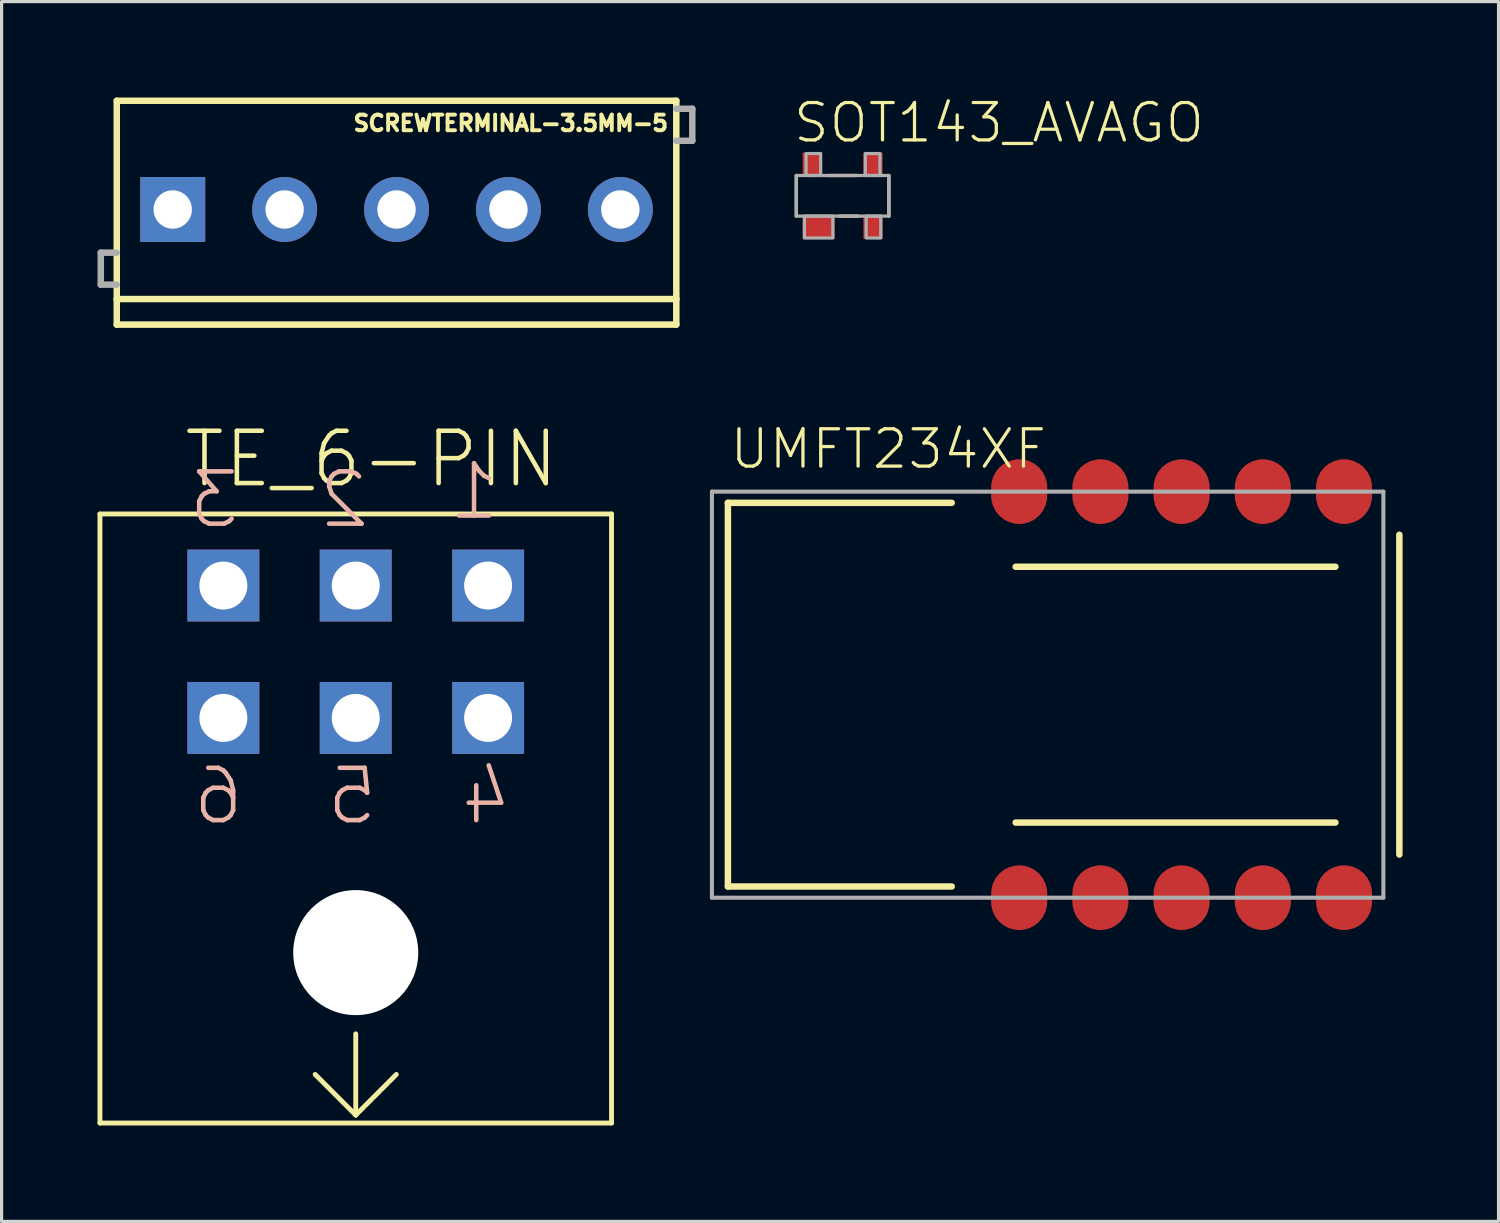
<source format=kicad_pcb>
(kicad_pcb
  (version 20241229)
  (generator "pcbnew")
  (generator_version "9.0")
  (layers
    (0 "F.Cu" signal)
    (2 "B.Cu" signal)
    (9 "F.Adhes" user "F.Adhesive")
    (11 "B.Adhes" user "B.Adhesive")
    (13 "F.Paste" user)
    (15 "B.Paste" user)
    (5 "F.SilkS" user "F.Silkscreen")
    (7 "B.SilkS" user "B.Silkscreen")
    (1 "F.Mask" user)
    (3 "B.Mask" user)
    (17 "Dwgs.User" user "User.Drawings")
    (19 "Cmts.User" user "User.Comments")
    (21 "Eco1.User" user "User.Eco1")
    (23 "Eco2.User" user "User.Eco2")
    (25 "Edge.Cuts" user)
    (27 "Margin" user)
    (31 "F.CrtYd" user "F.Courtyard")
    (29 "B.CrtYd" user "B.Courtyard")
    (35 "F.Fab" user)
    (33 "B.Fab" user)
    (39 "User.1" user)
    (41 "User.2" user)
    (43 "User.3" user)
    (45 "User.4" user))
  (footprint "TE_6-PIN"
    (layer "F.Cu")
    (at 8.076 26.744)
    (property "Reference" "TE_6-PIN" (at -5.447 -14.478 0) (layer "F.SilkS") (effects (font (size 1.636 1.636) (thickness 0.142)) (justify left bottom)))
    (fp_line (start -8 -13.72) (end 8 -13.72) (stroke (width 0.152) (type solid)) (layer "F.SilkS"))
    (fp_line (start -8 5.33) (end -8 -13.716) (stroke (width 0.152) (type solid)) (layer "F.SilkS"))
    (fp_line (start -8 5.33) (end 8 5.33) (stroke (width 0.152) (type solid)) (layer "F.SilkS"))
    (fp_line (start 0 5.08) (end -1.27 3.81) (stroke (width 0.152) (type solid)) (layer "F.SilkS"))
    (fp_line (start 0 5.08) (end 0 2.54) (stroke (width 0.152) (type solid)) (layer "F.SilkS"))
    (fp_line (start 0 5.08) (end 1.27 3.81) (stroke (width 0.152) (type solid)) (layer "F.SilkS"))
    (fp_line (start 8 -13.716) (end 8 5.33) (stroke (width 0.152) (type solid)) (layer "F.SilkS"))
    (fp_text user "5" (at 0.762 -3.937 0) (layer "B.SilkS") (effects (font (size 1.636 1.636) (thickness 0.142)) (justify left bottom mirror)))
    (fp_text user "3" (at -3.556 -13.208 0) (layer "B.SilkS") (effects (font (size 1.636 1.636) (thickness 0.142)) (justify left bottom mirror)))
    (fp_text user "4" (at 4.953 -3.937 0) (layer "B.SilkS") (effects (font (size 1.636 1.636) (thickness 0.142)) (justify left bottom mirror)))
    (fp_text user "1" (at 4.572 -13.462 0) (layer "B.SilkS") (effects (font (size 1.636 1.636) (thickness 0.142)) (justify left bottom mirror)))
    (fp_text user "6" (at -3.429 -3.937 0) (layer "B.SilkS") (effects (font (size 1.636 1.636) (thickness 0.142)) (justify left bottom mirror)))
    (fp_text user "2" (at 0.508 -13.208 0) (layer "B.SilkS") (effects (font (size 1.636 1.636) (thickness 0.142)) (justify left bottom mirror)))
    (pad "" np_thru_hole circle (at 0 0) (size 3.91 3.91) (drill 3.91) (layers "*.Cu" "*.Mask"))
    (pad "1" thru_hole rect (at 4.14 -11.48) (size 2.25 2.25) (drill 1.5) (layers "*.Cu" "*.Mask"))
    (pad "2" thru_hole rect (at 0 -11.48) (size 2.25 2.25) (drill 1.5) (layers "*.Cu" "*.Mask"))
    (pad "3" thru_hole rect (at -4.14 -11.48) (size 2.25 2.25) (drill 1.5) (layers "*.Cu" "*.Mask"))
    (pad "4" thru_hole rect (at 4.14 -7.34) (size 2.25 2.25) (drill 1.5) (layers "*.Cu" "*.Mask"))
    (pad "5" thru_hole rect (at 0 -7.34) (size 2.25 2.25) (drill 1.5) (layers "*.Cu" "*.Mask"))
    (pad "6" thru_hole rect (at -4.14 -7.34) (size 2.25 2.25) (drill 1.5) (layers "*.Cu" "*.Mask")))
  (footprint "UMFT234XF"
    (layer "F.Cu")
    (at 29.716 18.676)
    (property "Reference" "UMFT234XF" (at -10 -7 0) (layer "F.SilkS") (effects (font (size 1.168 1.168) (thickness 0.102)) (justify left bottom)))
    (fp_line (start -10 -6) (end -10 6) (stroke (width 0.203) (type solid)) (layer "F.SilkS"))
    (fp_line (start -10 6) (end -3 6) (stroke (width 0.203) (type solid)) (layer "F.SilkS"))
    (fp_line (start -3 -6) (end -10 -6) (stroke (width 0.203) (type solid)) (layer "F.SilkS"))
    (fp_line (start -1 -4) (end 9 -4) (stroke (width 0.203) (type solid)) (layer "F.SilkS"))
    (fp_line (start -1 4) (end 9 4) (stroke (width 0.203) (type solid)) (layer "F.SilkS"))
    (fp_line (start 11 5) (end 11 -5) (stroke (width 0.203) (type solid)) (layer "F.SilkS"))
    (fp_line (start -10.5 -6.35) (end 10.5 -6.35) (stroke (width 0.127) (type solid)) (layer "F.Fab"))
    (fp_line (start -10.5 6.35) (end -10.5 -6.35) (stroke (width 0.127) (type solid)) (layer "F.Fab"))
    (fp_line (start 10.5 -6.35) (end 10.5 6.35) (stroke (width 0.127) (type solid)) (layer "F.Fab"))
    (fp_line (start 10.5 6.35) (end -10.5 6.35) (stroke (width 0.127) (type solid)) (layer "F.Fab"))
    (pad "1" smd roundrect (at -0.89 6.35) (size 1.755 2.025) (layers "F.Cu" "F.Mask" "F.Paste") (roundrect_rratio 0.5))
    (pad "2" smd roundrect (at 1.65 6.35) (size 1.755 2.025) (layers "F.Cu" "F.Mask" "F.Paste") (roundrect_rratio 0.5))
    (pad "3" smd roundrect (at 4.19 6.35) (size 1.755 2.025) (layers "F.Cu" "F.Mask" "F.Paste") (roundrect_rratio 0.5))
    (pad "4" smd roundrect (at 6.73 6.35) (size 1.755 2.025) (layers "F.Cu" "F.Mask" "F.Paste") (roundrect_rratio 0.5))
    (pad "5" smd roundrect (at 9.27 6.35) (size 1.755 2.025) (layers "F.Cu" "F.Mask" "F.Paste") (roundrect_rratio 0.5))
    (pad "6" smd roundrect (at 9.27 -6.35) (size 1.755 2.025) (layers "F.Cu" "F.Mask" "F.Paste") (roundrect_rratio 0.5))
    (pad "7" smd roundrect (at 6.73 -6.35) (size 1.755 2.025) (layers "F.Cu" "F.Mask" "F.Paste") (roundrect_rratio 0.5))
    (pad "8" smd roundrect (at 4.19 -6.35) (size 1.755 2.025) (layers "F.Cu" "F.Mask" "F.Paste") (roundrect_rratio 0.5))
    (pad "9" smd roundrect (at 1.65 -6.35) (size 1.755 2.025) (layers "F.Cu" "F.Mask" "F.Paste") (roundrect_rratio 0.5))
    (pad "10" smd roundrect (at -0.89 -6.35) (size 1.755 2.025) (layers "F.Cu" "F.Mask" "F.Paste") (roundrect_rratio 0.5)))
  (footprint "SCREWTERMINAL-3.5MM-5"
    (layer "F.Cu")
    (at 2.352 3.502)
    (property "Reference" "SCREWTERMINAL-3.5MM-5" (at 5.588 -2.413 0) (layer "F.SilkS") (effects (font (size 0.488 0.488) (thickness 0.122)) (justify left bottom)))
    (fp_line (start -1.75 -3.4) (end 15.75 -3.4) (stroke (width 0.203) (type solid)) (layer "F.SilkS"))
    (fp_line (start -1.75 2.8) (end -1.75 -3.4) (stroke (width 0.203) (type solid)) (layer "F.SilkS"))
    (fp_line (start -1.75 3.6) (end -1.75 2.8) (stroke (width 0.203) (type solid)) (layer "F.SilkS"))
    (fp_line (start 15.75 -3.4) (end 15.75 2.8) (stroke (width 0.203) (type solid)) (layer "F.SilkS"))
    (fp_line (start 15.75 2.8) (end -1.75 2.8) (stroke (width 0.203) (type solid)) (layer "F.SilkS"))
    (fp_line (start 15.75 2.8) (end 15.75 3.6) (stroke (width 0.203) (type solid)) (layer "F.SilkS"))
    (fp_line (start 15.75 3.6) (end -1.75 3.6) (stroke (width 0.203) (type solid)) (layer "F.SilkS"))
    (fp_line (start -2.25 1.35) (end -2.25 2.35) (stroke (width 0.203) (type solid)) (layer "F.Fab"))
    (fp_line (start -2.25 2.35) (end -1.75 2.35) (stroke (width 0.203) (type solid)) (layer "F.Fab"))
    (fp_line (start -1.75 1.35) (end -2.25 1.35) (stroke (width 0.203) (type solid)) (layer "F.Fab"))
    (fp_line (start 15.75 -3.15) (end 16.25 -3.15) (stroke (width 0.203) (type solid)) (layer "F.Fab"))
    (fp_line (start 16.25 -3.15) (end 16.25 -2.15) (stroke (width 0.203) (type solid)) (layer "F.Fab"))
    (fp_line (start 16.25 -2.15) (end 15.75 -2.15) (stroke (width 0.203) (type solid)) (layer "F.Fab"))
    (pad "1" thru_hole rect (at 0 0) (size 2.032 2.032) (drill 1.2) (layers "*.Cu" "*.Mask"))
    (pad "2" thru_hole circle (at 3.5 0) (size 2.032 2.032) (drill 1.2) (layers "*.Cu" "*.Mask"))
    (pad "3" thru_hole circle (at 7 0) (size 2.032 2.032) (drill 1.2) (layers "*.Cu" "*.Mask"))
    (pad "4" thru_hole circle (at 10.5 0) (size 2.032 2.032) (drill 1.2) (layers "*.Cu" "*.Mask"))
    (pad "5" thru_hole circle (at 14 0) (size 2.032 2.032) (drill 1.2) (layers "*.Cu" "*.Mask")))
  (footprint "SOT143_AVAGO"
    (layer "F.Cu")
    (at 23.303 3.073)
    (property "Reference" "SOT143_AVAGO" (at -1.6 -1.6 0) (layer "F.SilkS") (effects (font (size 1.168 1.168) (thickness 0.102)) (justify left bottom)))
    (fp_line (start -1.448 0.635) (end -1.448 -0.635) (stroke (width 0.102) (type solid)) (layer "F.SilkS"))
    (fp_line (start -0.46 -0.635) (end 0.46 -0.635) (stroke (width 0.102) (type solid)) (layer "F.SilkS"))
    (fp_line (start -0.085 0.635) (end 0.485 0.635) (stroke (width 0.102) (type solid)) (layer "F.SilkS"))
    (fp_line (start 1.448 0.635) (end 1.448 -0.635) (stroke (width 0.102) (type solid)) (layer "F.SilkS"))
    (fp_line (start -1.448 -0.635) (end 1.448 -0.635) (stroke (width 0.102) (type solid)) (layer "F.Fab"))
    (fp_line (start -1.448 0.635) (end -1.448 -0.635) (stroke (width 0.102) (type solid)) (layer "F.Fab"))
    (fp_line (start -1.448 0.635) (end 1.448 0.635) (stroke (width 0.102) (type solid)) (layer "F.Fab"))
    (fp_line (start 1.448 0.635) (end 1.448 -0.635) (stroke (width 0.102) (type solid)) (layer "F.Fab"))
    (fp_poly (pts (xy -1.194 1.321) (xy -0.305 1.321) (xy -0.305 0.635) (xy -1.194 0.635)) (stroke (width 0.1) (type default)) (fill no) (layer "F.Fab"))
    (fp_poly (pts (xy -1.143 -0.635) (xy -0.686 -0.635) (xy -0.686 -1.321) (xy -1.143 -1.321)) (stroke (width 0.1) (type default)) (fill no) (layer "F.Fab"))
    (fp_poly (pts (xy 0.711 -0.635) (xy 1.168 -0.635) (xy 1.168 -1.321) (xy 0.711 -1.321)) (stroke (width 0.1) (type default)) (fill no) (layer "F.Fab"))
    (fp_poly (pts (xy 0.737 1.321) (xy 1.194 1.321) (xy 1.194 0.635) (xy 0.737 0.635)) (stroke (width 0.1) (type default)) (fill no) (layer "F.Fab"))
    (pad "GND" smd rect (at -0.75 1) (size 1 0.7) (layers "F.Cu" "F.Mask" "F.Paste"))
    (pad "IO1" smd rect (at 0.95 1) (size 0.6 0.7) (layers "F.Cu" "F.Mask" "F.Paste"))
    (pad "IO3" smd rect (at -0.95 -1) (size 0.6 0.7) (layers "F.Cu" "F.Mask" "F.Paste"))
    (pad "VDD" smd rect (at 0.95 -1) (size 0.6 0.7) (layers "F.Cu" "F.Mask" "F.Paste")))
  (gr_rect
    (start -3 -3)
    (end 43.818 35.15)
    (stroke (width 0.1) (type default))
    (fill no)
    (layer "Edge.Cuts")))
</source>
